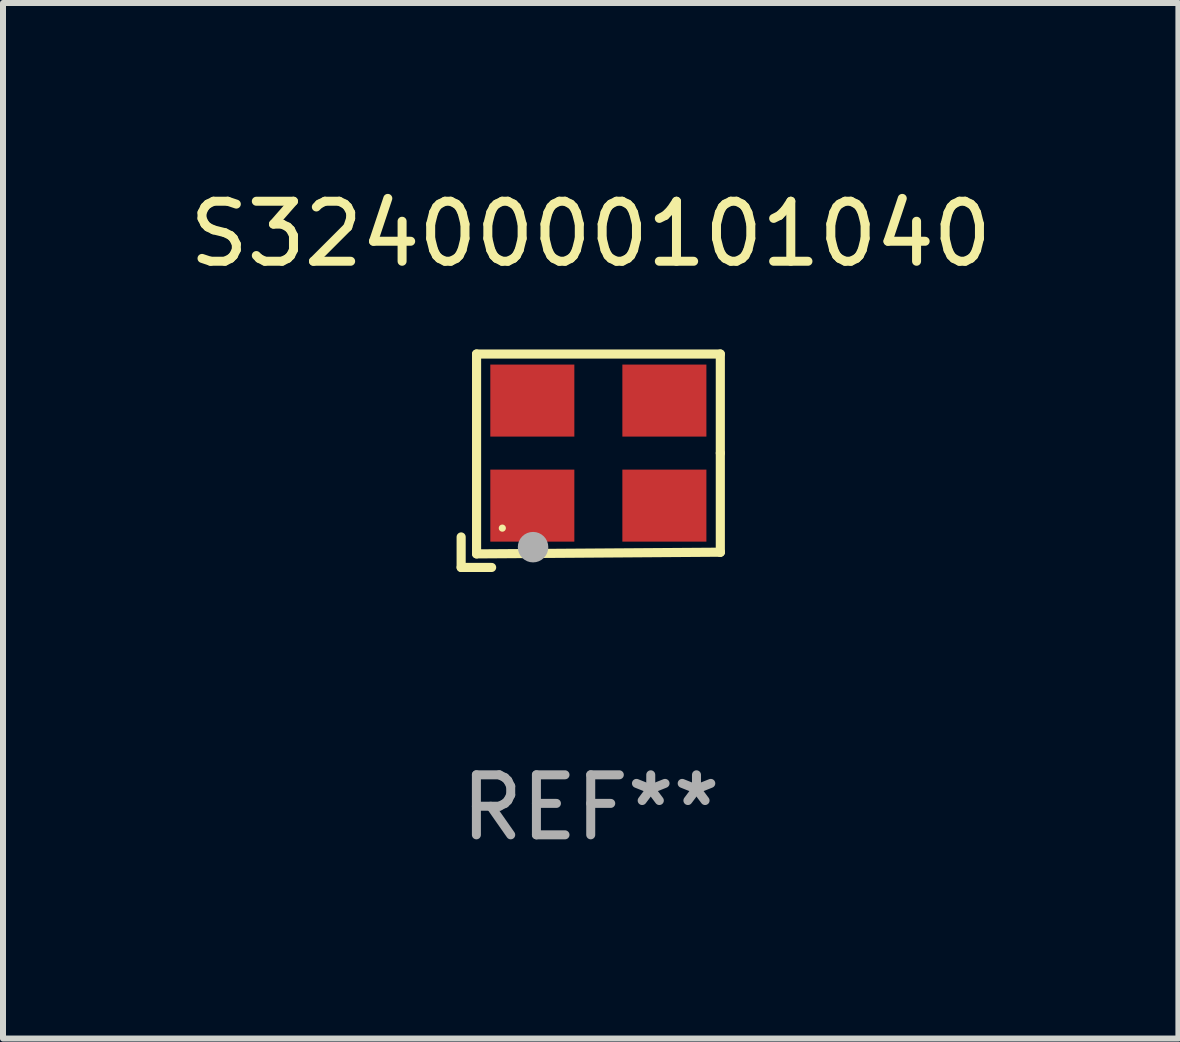
<source format=kicad_pcb>
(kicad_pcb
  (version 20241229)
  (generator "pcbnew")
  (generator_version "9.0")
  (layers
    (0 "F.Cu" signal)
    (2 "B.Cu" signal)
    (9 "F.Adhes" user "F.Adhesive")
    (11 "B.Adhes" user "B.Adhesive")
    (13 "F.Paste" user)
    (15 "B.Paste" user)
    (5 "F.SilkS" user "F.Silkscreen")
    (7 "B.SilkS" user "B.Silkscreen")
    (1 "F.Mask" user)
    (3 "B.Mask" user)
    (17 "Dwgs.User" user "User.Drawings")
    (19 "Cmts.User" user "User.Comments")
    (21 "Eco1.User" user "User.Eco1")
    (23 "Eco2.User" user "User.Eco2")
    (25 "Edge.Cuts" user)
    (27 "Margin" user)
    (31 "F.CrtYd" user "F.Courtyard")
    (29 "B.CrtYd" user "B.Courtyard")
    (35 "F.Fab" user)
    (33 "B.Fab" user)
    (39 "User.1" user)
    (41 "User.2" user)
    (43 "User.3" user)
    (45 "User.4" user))
  (footprint "S3240000101040"
    (layer "F.Cu")
    (at 6.792 4.626)
    (property "Reference" "S3240000101040" (at 0 -3.778 0) (layer "F.SilkS") (effects (font (size 1 1) (thickness 0.15))))
    (attr through_hole)
    (fp_line (start -2.159 1.27) (end -2.159 1.778) (stroke (width 0.152) (type solid)) (layer "F.SilkS"))
    (fp_line (start -2.159 1.778) (end -1.651 1.778) (stroke (width 0.152) (type solid)) (layer "F.SilkS"))
    (fp_line (start -1.902 -1.778) (end 2.159 -1.778) (stroke (width 0.152) (type solid)) (layer "F.SilkS"))
    (fp_line (start -1.902 1.552) (end -1.902 -1.778) (stroke (width 0.152) (type solid)) (layer "F.SilkS"))
    (fp_line (start 2.159 -1.778) (end 2.159 -0.127) (stroke (width 0.152) (type solid)) (layer "F.SilkS"))
    (fp_line (start 2.159 -0.127) (end 2.159 1.524) (stroke (width 0.152) (type solid)) (layer "F.SilkS"))
    (fp_line (start 2.159 1.524) (end -1.902 1.552) (stroke (width 0.152) (type solid)) (layer "F.SilkS"))
    (fp_line (start 2.159 1.524) (end 2.159 1.524) (stroke (width 0.152) (type solid)) (layer "F.SilkS"))
    (fp_circle (center -1.473 1.123) (end -1.443 1.123) (stroke (width 0.06) (type solid)) (fill no) (layer "F.SilkS"))
    (fp_circle (center -0.961 1.44) (end -0.834 1.44) (stroke (width 0.254) (type solid)) (fill no) (layer "F.Fab"))
    (fp_text user "REF**" (at 0 5.778 0) (layer "F.Fab") (effects (font (size 1 1) (thickness 0.15))))
    (pad "1" smd rect (at -0.973 0.748) (size 1.4 1.2) (layers "F.Cu" "F.Mask" "F.Paste"))
    (pad "2" smd rect (at 1.227 0.748) (size 1.4 1.2) (layers "F.Cu" "F.Mask" "F.Paste"))
    (pad "3" smd rect (at 1.227 -1.002) (size 1.4 1.2) (layers "F.Cu" "F.Mask" "F.Paste"))
    (pad "4" smd rect (at -0.973 -1.002) (size 1.4 1.2) (layers "F.Cu" "F.Mask" "F.Paste")))
  (gr_rect
    (start -3 -3)
    (end 16.583 14.253)
    (stroke (width 0.1) (type default))
    (fill no)
    (layer "Edge.Cuts")))
</source>
